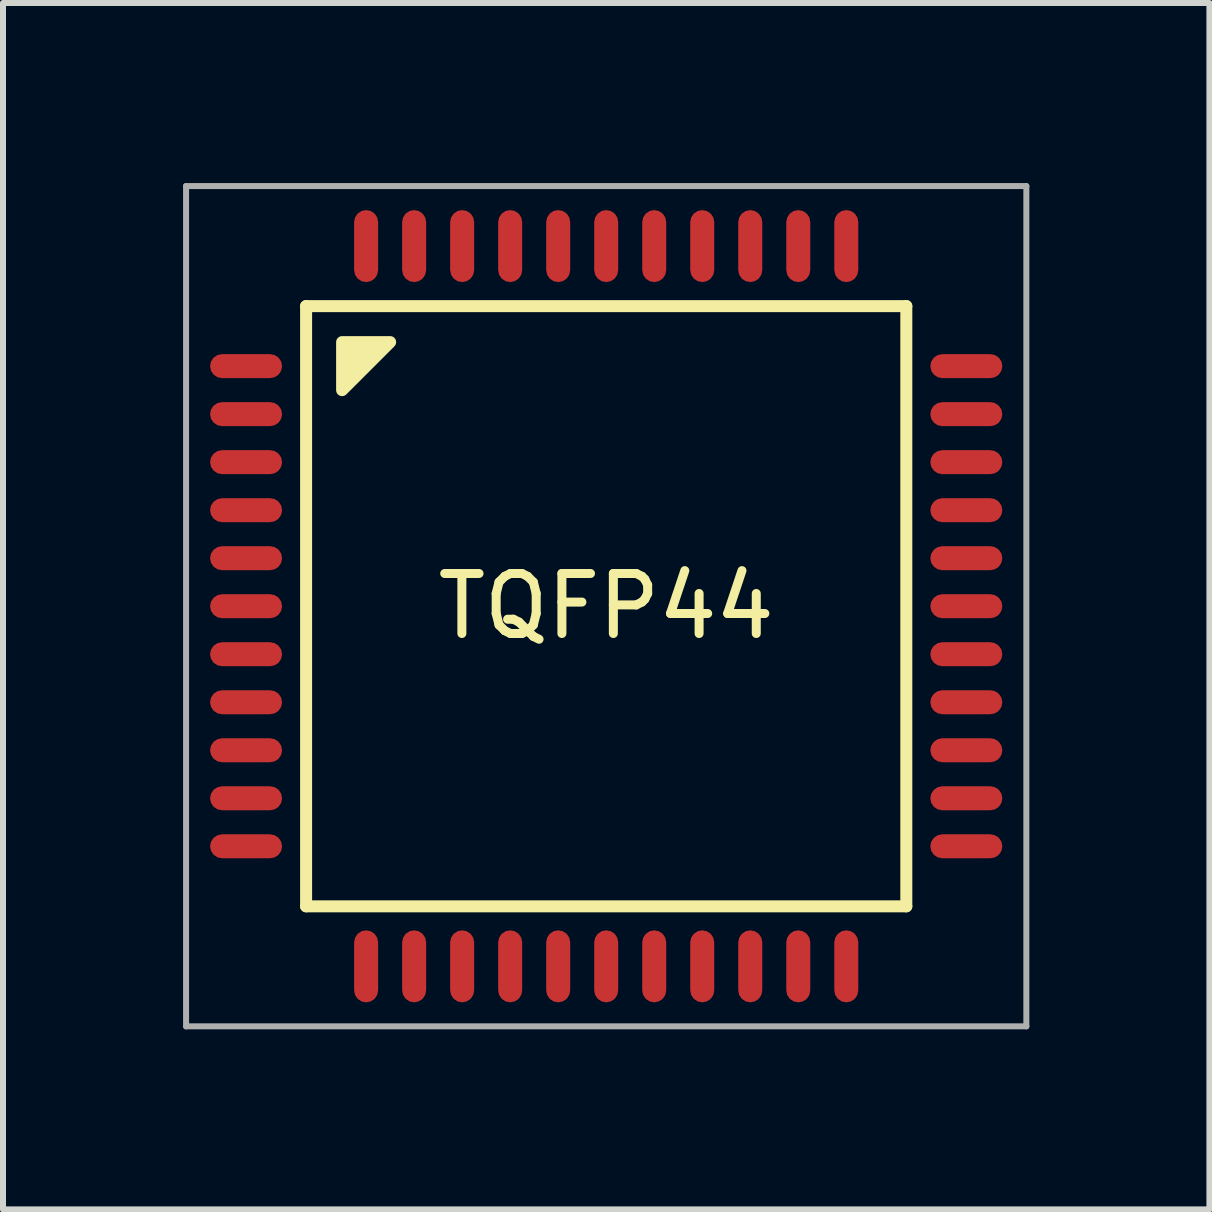
<source format=kicad_pcb>
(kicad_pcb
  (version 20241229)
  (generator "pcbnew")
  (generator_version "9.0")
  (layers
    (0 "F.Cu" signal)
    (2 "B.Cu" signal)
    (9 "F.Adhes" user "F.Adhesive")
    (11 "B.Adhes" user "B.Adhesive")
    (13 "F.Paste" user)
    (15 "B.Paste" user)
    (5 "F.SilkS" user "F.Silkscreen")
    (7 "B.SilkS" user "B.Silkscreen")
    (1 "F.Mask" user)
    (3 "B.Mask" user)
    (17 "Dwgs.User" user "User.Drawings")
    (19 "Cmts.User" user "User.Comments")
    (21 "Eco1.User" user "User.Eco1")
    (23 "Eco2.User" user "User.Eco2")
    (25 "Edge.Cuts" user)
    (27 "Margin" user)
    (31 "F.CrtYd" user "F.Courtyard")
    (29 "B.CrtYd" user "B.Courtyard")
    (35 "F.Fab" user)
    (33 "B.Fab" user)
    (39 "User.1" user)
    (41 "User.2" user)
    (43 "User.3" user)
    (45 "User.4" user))
  (footprint "TQFP44"
    (layer "F.Cu")
    (at 7.05 7.05)
    (property "Reference" "TQFP44" (at 0 0 0) (layer "F.SilkS") (effects (font (size 1 1) (thickness 0.15))))
    (attr through_hole)
    (fp_line (start -5 -5) (end -5 5) (stroke (width 0.2) (type solid)) (layer "F.SilkS"))
    (fp_line (start -5 5) (end 5 5) (stroke (width 0.2) (type solid)) (layer "F.SilkS"))
    (fp_line (start 5 -5) (end -5 -5) (stroke (width 0.2) (type solid)) (layer "F.SilkS"))
    (fp_line (start 5 5) (end 5 -5) (stroke (width 0.2) (type solid)) (layer "F.SilkS"))
    (fp_poly (pts (xy -4.4 -4.4) (xy -4.4 -3.6) (xy -3.6 -4.4)) (stroke (width 0.2) (type solid)) (fill yes) (layer "F.SilkS"))
    (fp_line (start -7 -7) (end -7 7) (stroke (width 0.1) (type solid)) (layer "F.Fab"))
    (fp_line (start -7 -7) (end 7 -7) (stroke (width 0.1) (type solid)) (layer "F.Fab"))
    (fp_line (start -7 7) (end 7 7) (stroke (width 0.1) (type solid)) (layer "F.Fab"))
    (fp_line (start 7 -7) (end 7 7) (stroke (width 0.1) (type solid)) (layer "F.Fab"))
    (pad "1" smd roundrect (at -6 -4) (size 1.2 0.4) (layers "F.Cu" "F.Mask" "F.Paste") (roundrect_rratio 0.5))
    (pad "2" smd roundrect (at -6 -3.2) (size 1.2 0.4) (layers "F.Cu" "F.Mask" "F.Paste") (roundrect_rratio 0.5))
    (pad "3" smd roundrect (at -6 -2.4) (size 1.2 0.4) (layers "F.Cu" "F.Mask" "F.Paste") (roundrect_rratio 0.5))
    (pad "4" smd roundrect (at -6 -1.6) (size 1.2 0.4) (layers "F.Cu" "F.Mask" "F.Paste") (roundrect_rratio 0.5))
    (pad "5" smd roundrect (at -6 -0.8) (size 1.2 0.4) (layers "F.Cu" "F.Mask" "F.Paste") (roundrect_rratio 0.5))
    (pad "6" smd roundrect (at -6 0) (size 1.2 0.4) (layers "F.Cu" "F.Mask" "F.Paste") (roundrect_rratio 0.5))
    (pad "7" smd roundrect (at -6 0.8) (size 1.2 0.4) (layers "F.Cu" "F.Mask" "F.Paste") (roundrect_rratio 0.5))
    (pad "8" smd roundrect (at -6 1.6) (size 1.2 0.4) (layers "F.Cu" "F.Mask" "F.Paste") (roundrect_rratio 0.5))
    (pad "9" smd roundrect (at -6 2.4) (size 1.2 0.4) (layers "F.Cu" "F.Mask" "F.Paste") (roundrect_rratio 0.5))
    (pad "10" smd roundrect (at -6 3.2) (size 1.2 0.4) (layers "F.Cu" "F.Mask" "F.Paste") (roundrect_rratio 0.5))
    (pad "11" smd roundrect (at -6 4) (size 1.2 0.4) (layers "F.Cu" "F.Mask" "F.Paste") (roundrect_rratio 0.5))
    (pad "12" smd roundrect (at -4 6 90) (size 1.2 0.4) (layers "F.Cu" "F.Mask" "F.Paste") (roundrect_rratio 0.5))
    (pad "13" smd roundrect (at -3.2 6 90) (size 1.2 0.4) (layers "F.Cu" "F.Mask" "F.Paste") (roundrect_rratio 0.5))
    (pad "14" smd roundrect (at -2.4 6 90) (size 1.2 0.4) (layers "F.Cu" "F.Mask" "F.Paste") (roundrect_rratio 0.5))
    (pad "15" smd roundrect (at -1.6 6 90) (size 1.2 0.4) (layers "F.Cu" "F.Mask" "F.Paste") (roundrect_rratio 0.5))
    (pad "16" smd roundrect (at -0.8 6 90) (size 1.2 0.4) (layers "F.Cu" "F.Mask" "F.Paste") (roundrect_rratio 0.5))
    (pad "17" smd roundrect (at 0 6 90) (size 1.2 0.4) (layers "F.Cu" "F.Mask" "F.Paste") (roundrect_rratio 0.5))
    (pad "18" smd roundrect (at 0.8 6 90) (size 1.2 0.4) (layers "F.Cu" "F.Mask" "F.Paste") (roundrect_rratio 0.5))
    (pad "19" smd roundrect (at 1.6 6 90) (size 1.2 0.4) (layers "F.Cu" "F.Mask" "F.Paste") (roundrect_rratio 0.5))
    (pad "20" smd roundrect (at 2.4 6 90) (size 1.2 0.4) (layers "F.Cu" "F.Mask" "F.Paste") (roundrect_rratio 0.5))
    (pad "21" smd roundrect (at 3.2 6 90) (size 1.2 0.4) (layers "F.Cu" "F.Mask" "F.Paste") (roundrect_rratio 0.5))
    (pad "22" smd roundrect (at 4 6 90) (size 1.2 0.4) (layers "F.Cu" "F.Mask" "F.Paste") (roundrect_rratio 0.5))
    (pad "23" smd roundrect (at 6 4) (size 1.2 0.4) (layers "F.Cu" "F.Mask" "F.Paste") (roundrect_rratio 0.5))
    (pad "24" smd roundrect (at 6 3.2) (size 1.2 0.4) (layers "F.Cu" "F.Mask" "F.Paste") (roundrect_rratio 0.5))
    (pad "25" smd roundrect (at 6 2.4) (size 1.2 0.4) (layers "F.Cu" "F.Mask" "F.Paste") (roundrect_rratio 0.5))
    (pad "26" smd roundrect (at 6 1.6) (size 1.2 0.4) (layers "F.Cu" "F.Mask" "F.Paste") (roundrect_rratio 0.5))
    (pad "27" smd roundrect (at 6 0.8) (size 1.2 0.4) (layers "F.Cu" "F.Mask" "F.Paste") (roundrect_rratio 0.5))
    (pad "28" smd roundrect (at 6 0) (size 1.2 0.4) (layers "F.Cu" "F.Mask" "F.Paste") (roundrect_rratio 0.5))
    (pad "29" smd roundrect (at 6 -0.8) (size 1.2 0.4) (layers "F.Cu" "F.Mask" "F.Paste") (roundrect_rratio 0.5))
    (pad "30" smd roundrect (at 6 -1.6) (size 1.2 0.4) (layers "F.Cu" "F.Mask" "F.Paste") (roundrect_rratio 0.5))
    (pad "31" smd roundrect (at 6 -2.4) (size 1.2 0.4) (layers "F.Cu" "F.Mask" "F.Paste") (roundrect_rratio 0.5))
    (pad "32" smd roundrect (at 6 -3.2) (size 1.2 0.4) (layers "F.Cu" "F.Mask" "F.Paste") (roundrect_rratio 0.5))
    (pad "33" smd roundrect (at 6 -4) (size 1.2 0.4) (layers "F.Cu" "F.Mask" "F.Paste") (roundrect_rratio 0.5))
    (pad "34" smd roundrect (at 4 -6 90) (size 1.2 0.4) (layers "F.Cu" "F.Mask" "F.Paste") (roundrect_rratio 0.5))
    (pad "35" smd roundrect (at 3.2 -6 90) (size 1.2 0.4) (layers "F.Cu" "F.Mask" "F.Paste") (roundrect_rratio 0.5))
    (pad "36" smd roundrect (at 2.4 -6 90) (size 1.2 0.4) (layers "F.Cu" "F.Mask" "F.Paste") (roundrect_rratio 0.5))
    (pad "37" smd roundrect (at 1.6 -6 90) (size 1.2 0.4) (layers "F.Cu" "F.Mask" "F.Paste") (roundrect_rratio 0.5))
    (pad "38" smd roundrect (at 0.8 -6 90) (size 1.2 0.4) (layers "F.Cu" "F.Mask" "F.Paste") (roundrect_rratio 0.5))
    (pad "39" smd roundrect (at 0 -6 90) (size 1.2 0.4) (layers "F.Cu" "F.Mask" "F.Paste") (roundrect_rratio 0.5))
    (pad "40" smd roundrect (at -0.8 -6 90) (size 1.2 0.4) (layers "F.Cu" "F.Mask" "F.Paste") (roundrect_rratio 0.5))
    (pad "41" smd roundrect (at -1.6 -6 90) (size 1.2 0.4) (layers "F.Cu" "F.Mask" "F.Paste") (roundrect_rratio 0.5))
    (pad "42" smd roundrect (at -2.4 -6 90) (size 1.2 0.4) (layers "F.Cu" "F.Mask" "F.Paste") (roundrect_rratio 0.5))
    (pad "43" smd roundrect (at -3.2 -6 90) (size 1.2 0.4) (layers "F.Cu" "F.Mask" "F.Paste") (roundrect_rratio 0.5))
    (pad "44" smd roundrect (at -4 -6 90) (size 1.2 0.4) (layers "F.Cu" "F.Mask" "F.Paste") (roundrect_rratio 0.5)))
  (gr_rect
    (start -3 -3)
    (end 17.1 17.1)
    (stroke (width 0.1) (type default))
    (fill no)
    (layer "Edge.Cuts")))
</source>
